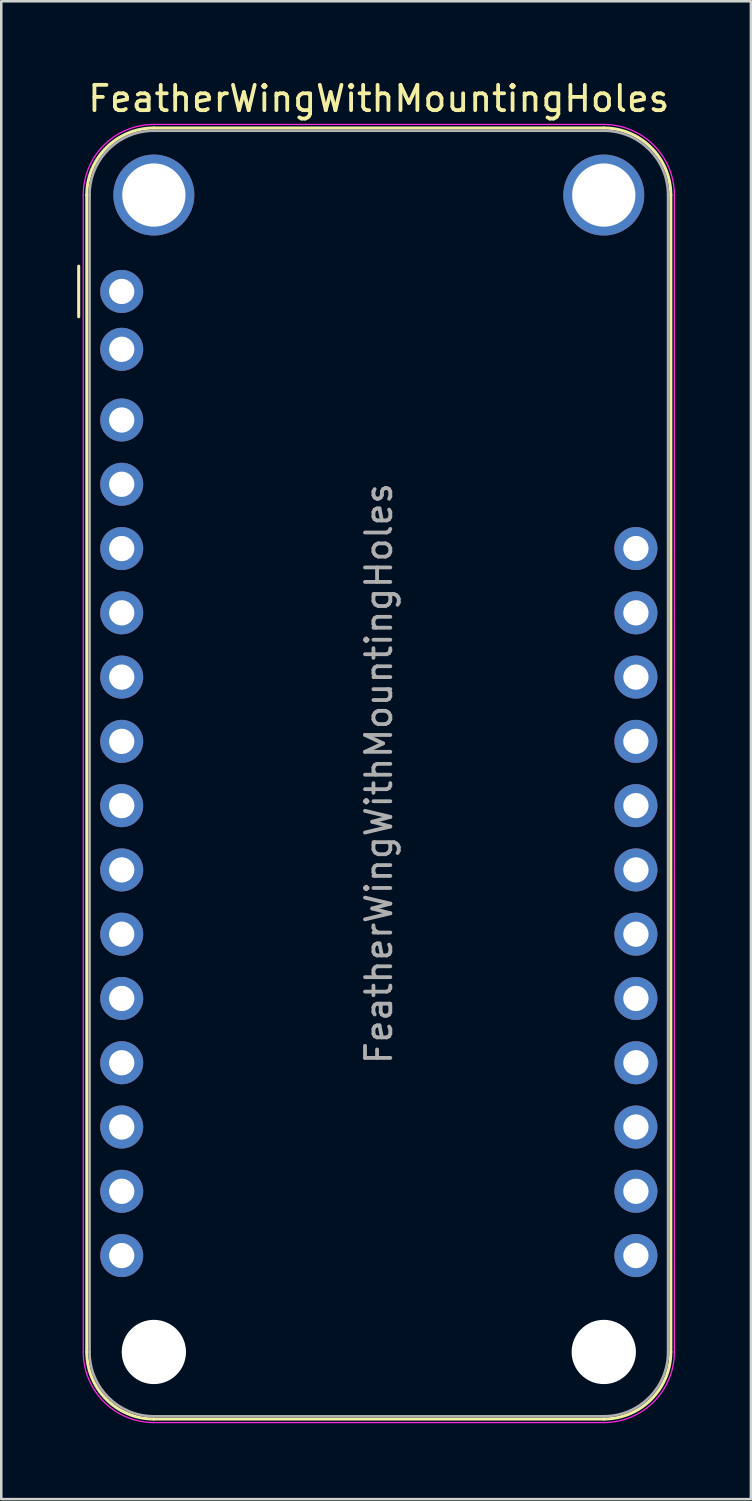
<source format=kicad_pcb>
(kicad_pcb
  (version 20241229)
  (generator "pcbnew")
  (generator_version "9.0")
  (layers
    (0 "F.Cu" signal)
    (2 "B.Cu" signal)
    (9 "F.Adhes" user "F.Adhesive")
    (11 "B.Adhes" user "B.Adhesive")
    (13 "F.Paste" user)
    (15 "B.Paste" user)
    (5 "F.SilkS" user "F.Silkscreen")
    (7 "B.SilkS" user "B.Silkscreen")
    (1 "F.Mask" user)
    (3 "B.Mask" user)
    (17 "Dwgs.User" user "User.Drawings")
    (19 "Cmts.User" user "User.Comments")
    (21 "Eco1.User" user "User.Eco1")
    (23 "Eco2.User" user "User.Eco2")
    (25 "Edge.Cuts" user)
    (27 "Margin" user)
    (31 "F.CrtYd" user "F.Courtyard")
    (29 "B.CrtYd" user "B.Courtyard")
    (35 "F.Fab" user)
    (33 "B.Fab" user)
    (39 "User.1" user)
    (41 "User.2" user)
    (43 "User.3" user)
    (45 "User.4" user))
  (footprint "FeatherWingWithMountingHoles"
    (layer "F.Cu")
    (at 1.76 8.468)
    (property "Reference" "FeatherWingWithMountingHoles" (at 10.16 -7.62 0) (layer "F.SilkS") (effects (font (size 1 1) (thickness 0.15))))
    (attr through_hole)
    (fp_line (start -1.7 1) (end -1.7 -1) (stroke (width 0.12) (type solid)) (layer "F.SilkS"))
    (fp_line (start -1.38 -3.81) (end -1.38 41.91) (stroke (width 0.12) (type solid)) (layer "F.SilkS"))
    (fp_line (start 19.05 -6.46) (end 1.27 -6.46) (stroke (width 0.12) (type solid)) (layer "F.SilkS"))
    (fp_line (start 19.05 44.56) (end 1.27 44.56) (stroke (width 0.12) (type solid)) (layer "F.SilkS"))
    (fp_line (start 21.7 -3.81) (end 21.7 41.91) (stroke (width 0.12) (type solid)) (layer "F.SilkS"))
    (fp_arc (start -1.38 -3.81) (mid -0.603833 -5.683833) (end 1.27 -6.46) (stroke (width 0.12) (type solid)) (layer "F.SilkS"))
    (fp_arc (start 1.27 44.56) (mid -0.603833 43.783833) (end -1.38 41.91) (stroke (width 0.12) (type solid)) (layer "F.SilkS"))
    (fp_arc (start 19.05 -6.46) (mid 20.923833 -5.683833) (end 21.7 -3.81) (stroke (width 0.12) (type solid)) (layer "F.SilkS"))
    (fp_arc (start 21.7 41.91) (mid 20.923833 43.783833) (end 19.05 44.56) (stroke (width 0.12) (type solid)) (layer "F.SilkS"))
    (fp_line (start -1.52 41.91) (end -1.52 -3.81) (stroke (width 0.05) (type solid)) (layer "F.CrtYd"))
    (fp_line (start 19.05 -6.6) (end 1.27 -6.6) (stroke (width 0.05) (type solid)) (layer "F.CrtYd"))
    (fp_line (start 19.05 44.7) (end 1.27 44.7) (stroke (width 0.05) (type solid)) (layer "F.CrtYd"))
    (fp_line (start 21.84 41.91) (end 21.84 -3.81) (stroke (width 0.05) (type solid)) (layer "F.CrtYd"))
    (fp_arc (start -1.52 -3.81) (mid -0.702828 -5.782828) (end 1.27 -6.6) (stroke (width 0.05) (type solid)) (layer "F.CrtYd"))
    (fp_arc (start 1.27 44.7) (mid -0.702828 43.882828) (end -1.52 41.91) (stroke (width 0.05) (type solid)) (layer "F.CrtYd"))
    (fp_arc (start 19.05 -6.6) (mid 21.022828 -5.782828) (end 21.84 -3.81) (stroke (width 0.05) (type solid)) (layer "F.CrtYd"))
    (fp_arc (start 21.84 41.91) (mid 21.022828 43.882828) (end 19.05 44.7) (stroke (width 0.05) (type solid)) (layer "F.CrtYd"))
    (fp_line (start -1.27 -3.81) (end -1.27 41.91) (stroke (width 0.1) (type solid)) (layer "F.Fab"))
    (fp_line (start 1.27 44.45) (end 19.05 44.45) (stroke (width 0.1) (type solid)) (layer "F.Fab"))
    (fp_line (start 19.05 -6.35) (end 1.27 -6.35) (stroke (width 0.1) (type solid)) (layer "F.Fab"))
    (fp_line (start 21.59 41.91) (end 21.59 -3.81) (stroke (width 0.1) (type solid)) (layer "F.Fab"))
    (fp_arc (start -1.27 -3.81) (mid -0.526051 -5.606051) (end 1.27 -6.35) (stroke (width 0.1) (type solid)) (layer "F.Fab"))
    (fp_arc (start 1.221238 44.449532) (mid -0.543209 43.688728) (end -1.27 41.91) (stroke (width 0.1) (type solid)) (layer "F.Fab"))
    (fp_arc (start 19.05 -6.35) (mid 20.846051 -5.606051) (end 21.59 -3.81) (stroke (width 0.1) (type solid)) (layer "F.Fab"))
    (fp_arc (start 21.59 41.91) (mid 20.846051 43.706051) (end 19.05 44.45) (stroke (width 0.1) (type solid)) (layer "F.Fab"))
    (fp_text user "${REFERENCE}" (at 10.16 19.05 270) (layer "F.Fab") (effects (font (size 1 1) (thickness 0.15))))
    (pad "" np_thru_hole circle (at 1.27 -3.81) (size 3.2 3.2) (drill 2.5) (layers "*.Cu" "*.Mask"))
    (pad "" np_thru_hole circle (at 1.27 41.91) (size 2.54 2.54) (drill 2.54) (layers "*.Cu" "*.Mask"))
    (pad "" np_thru_hole circle (at 19.05 -3.81) (size 3.2 3.2) (drill 2.5) (layers "*.Cu" "*.Mask"))
    (pad "" np_thru_hole circle (at 19.05 41.91) (size 2.54 2.54) (drill 2.54) (layers "*.Cu" "*.Mask"))
    (pad "1" thru_hole circle (at 0 0) (size 1.7 1.7) (drill 1) (layers "*.Cu" "*.Mask"))
    (pad "2" thru_hole circle (at 0 2.286) (size 1.7 1.7) (drill 1) (layers "*.Cu" "*.Mask"))
    (pad "3" thru_hole circle (at 0 5.08) (size 1.7 1.7) (drill 1) (layers "*.Cu" "*.Mask"))
    (pad "4" thru_hole circle (at 0 7.62) (size 1.7 1.7) (drill 1) (layers "*.Cu" "*.Mask"))
    (pad "5" thru_hole circle (at 0 10.16) (size 1.7 1.7) (drill 1) (layers "*.Cu" "*.Mask"))
    (pad "6" thru_hole circle (at 0 12.7) (size 1.7 1.7) (drill 1) (layers "*.Cu" "*.Mask"))
    (pad "7" thru_hole circle (at 0 15.24) (size 1.7 1.7) (drill 1) (layers "*.Cu" "*.Mask"))
    (pad "8" thru_hole circle (at 0 17.78) (size 1.7 1.7) (drill 1) (layers "*.Cu" "*.Mask"))
    (pad "9" thru_hole circle (at 0 20.32) (size 1.7 1.7) (drill 1) (layers "*.Cu" "*.Mask"))
    (pad "10" thru_hole circle (at 0 22.86) (size 1.7 1.7) (drill 1) (layers "*.Cu" "*.Mask"))
    (pad "11" thru_hole circle (at 0 25.4) (size 1.7 1.7) (drill 1) (layers "*.Cu" "*.Mask"))
    (pad "12" thru_hole circle (at 0 27.94) (size 1.7 1.7) (drill 1) (layers "*.Cu" "*.Mask"))
    (pad "13" thru_hole circle (at 0 30.48) (size 1.7 1.7) (drill 1) (layers "*.Cu" "*.Mask"))
    (pad "14" thru_hole circle (at 0 33.02) (size 1.7 1.7) (drill 1) (layers "*.Cu" "*.Mask"))
    (pad "15" thru_hole circle (at 0 35.56) (size 1.7 1.7) (drill 1) (layers "*.Cu" "*.Mask"))
    (pad "16" thru_hole circle (at 0 38.1) (size 1.7 1.7) (drill 1) (layers "*.Cu" "*.Mask"))
    (pad "17" thru_hole circle (at 20.32 38.1 180) (size 1.7 1.7) (drill 1) (layers "*.Cu" "*.Mask"))
    (pad "18" thru_hole circle (at 20.32 35.56 180) (size 1.7 1.7) (drill 1) (layers "*.Cu" "*.Mask"))
    (pad "19" thru_hole circle (at 20.32 33.02 180) (size 1.7 1.7) (drill 1) (layers "*.Cu" "*.Mask"))
    (pad "20" thru_hole circle (at 20.32 30.48 180) (size 1.7 1.7) (drill 1) (layers "*.Cu" "*.Mask"))
    (pad "21" thru_hole circle (at 20.32 27.94 180) (size 1.7 1.7) (drill 1) (layers "*.Cu" "*.Mask"))
    (pad "22" thru_hole circle (at 20.32 25.4 180) (size 1.7 1.7) (drill 1) (layers "*.Cu" "*.Mask"))
    (pad "23" thru_hole circle (at 20.32 22.86 180) (size 1.7 1.7) (drill 1) (layers "*.Cu" "*.Mask"))
    (pad "24" thru_hole circle (at 20.32 20.32 180) (size 1.7 1.7) (drill 1) (layers "*.Cu" "*.Mask"))
    (pad "25" thru_hole circle (at 20.32 17.78 180) (size 1.7 1.7) (drill 1) (layers "*.Cu" "*.Mask"))
    (pad "26" thru_hole circle (at 20.32 15.24 180) (size 1.7 1.7) (drill 1) (layers "*.Cu" "*.Mask"))
    (pad "27" thru_hole circle (at 20.32 12.7 180) (size 1.7 1.7) (drill 1) (layers "*.Cu" "*.Mask"))
    (pad "28" thru_hole circle (at 20.32 10.16 180) (size 1.7 1.7) (drill 1) (layers "*.Cu" "*.Mask")))
  (gr_rect
    (start -3 -3)
    (end 26.625 56.193)
    (stroke (width 0.1) (type default))
    (fill no)
    (layer "Edge.Cuts")))
</source>
